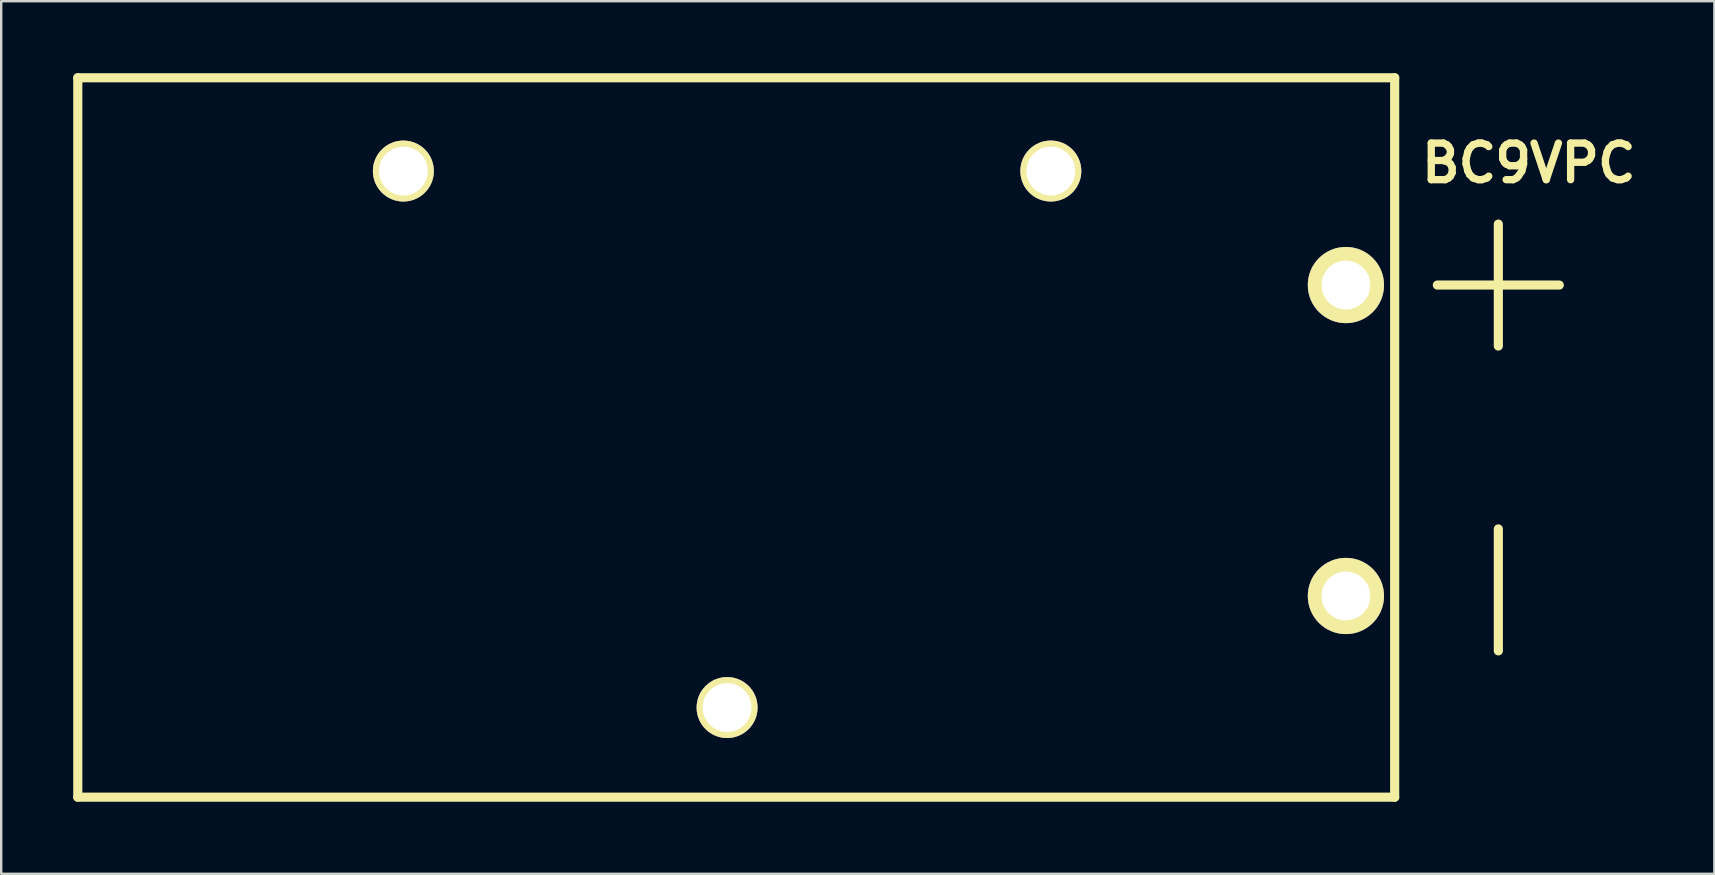
<source format=kicad_pcb>
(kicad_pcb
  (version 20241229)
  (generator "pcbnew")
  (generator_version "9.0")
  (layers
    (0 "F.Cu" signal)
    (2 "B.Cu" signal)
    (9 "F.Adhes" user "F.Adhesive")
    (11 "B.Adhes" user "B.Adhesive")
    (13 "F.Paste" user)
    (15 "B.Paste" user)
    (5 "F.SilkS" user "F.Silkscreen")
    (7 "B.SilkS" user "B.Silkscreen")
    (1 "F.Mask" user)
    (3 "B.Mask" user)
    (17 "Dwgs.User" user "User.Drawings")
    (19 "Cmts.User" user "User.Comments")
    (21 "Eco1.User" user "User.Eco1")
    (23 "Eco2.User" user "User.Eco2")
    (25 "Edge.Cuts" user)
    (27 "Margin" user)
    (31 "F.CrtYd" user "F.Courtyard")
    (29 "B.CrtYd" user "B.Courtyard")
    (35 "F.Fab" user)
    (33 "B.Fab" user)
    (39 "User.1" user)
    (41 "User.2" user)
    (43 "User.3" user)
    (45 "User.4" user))
  (footprint "BC9VPC"
    (placed yes)
    (layer "F.Cu")
    (at 53.023 8.826)
    (property "Reference" "BC9VPC" (at 7.62 -5.08 0) (layer "F.SilkS") (effects (font (size 1.524 1.524) (thickness 0.305))))
    (attr through_hole)
    (fp_line (start -52.832 -8.636) (end 2.032 -8.636) (stroke (width 0.381) (type solid)) (layer "F.SilkS"))
    (fp_line (start -52.832 21.336) (end -52.832 -8.636) (stroke (width 0.381) (type solid)) (layer "F.SilkS"))
    (fp_line (start 2.032 -8.636) (end 2.032 21.336) (stroke (width 0.381) (type solid)) (layer "F.SilkS"))
    (fp_line (start 2.032 21.336) (end -52.832 21.336) (stroke (width 0.381) (type solid)) (layer "F.SilkS"))
    (fp_line (start 6.35 -2.54) (end 6.35 2.54) (stroke (width 0.381) (type solid)) (layer "F.SilkS"))
    (fp_line (start 6.35 10.16) (end 6.35 15.24) (stroke (width 0.381) (type solid)) (layer "F.SilkS"))
    (fp_line (start 8.89 0) (end 3.81 0) (stroke (width 0.381) (type solid)) (layer "F.SilkS"))
    (pad "" thru_hole circle (at -39.268 -4.75) (size 2.54 2.54) (drill 2.032) (layers "*.Cu" "*.Mask" "F.SilkS"))
    (pad "" thru_hole circle (at -25.781 17.602) (size 2.54 2.54) (drill 2.032) (layers "*.Cu" "*.Mask" "F.SilkS"))
    (pad "" thru_hole circle (at -12.294 -4.75) (size 2.54 2.54) (drill 2.032) (layers "*.Cu" "*.Mask" "F.SilkS"))
    (pad "1" thru_hole circle (at 0 0) (size 3.175 3.175) (drill 2.032) (layers "*.Cu" "*.Mask" "F.SilkS"))
    (pad "2" thru_hole circle (at 0 12.954) (size 3.175 3.175) (drill 2.032) (layers "*.Cu" "*.Mask" "F.SilkS")))
  (gr_rect
    (start -3 -3)
    (end 68.374 33.353)
    (stroke (width 0.1) (type default))
    (fill no)
    (layer "Edge.Cuts")))
</source>
